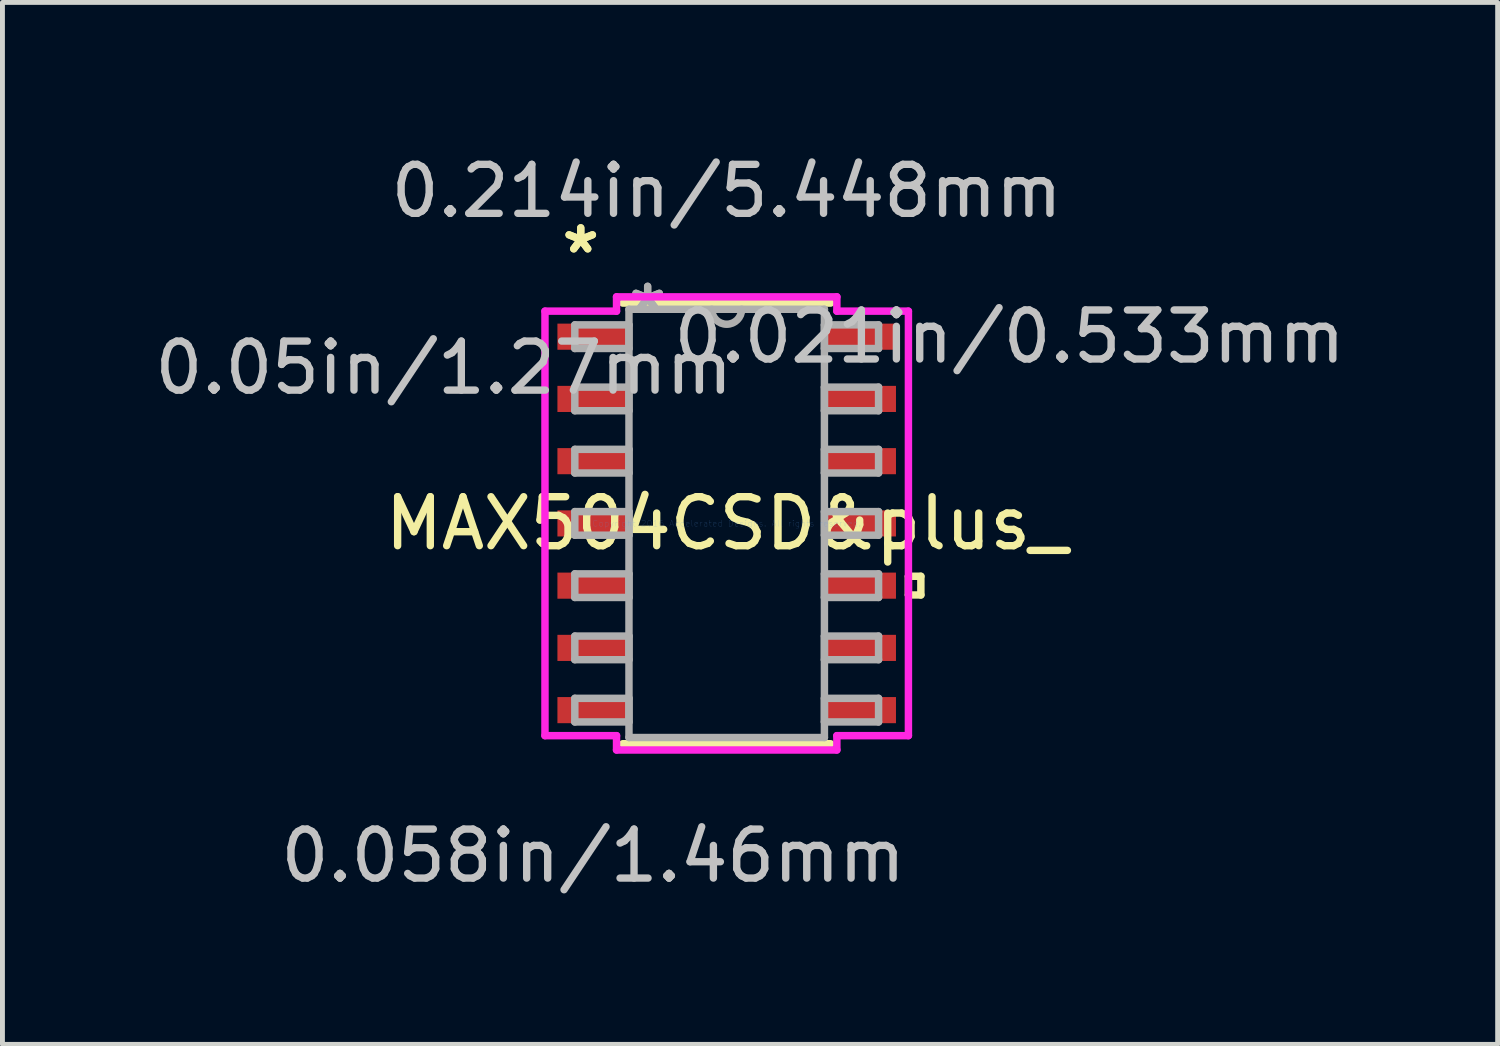
<source format=kicad_pcb>
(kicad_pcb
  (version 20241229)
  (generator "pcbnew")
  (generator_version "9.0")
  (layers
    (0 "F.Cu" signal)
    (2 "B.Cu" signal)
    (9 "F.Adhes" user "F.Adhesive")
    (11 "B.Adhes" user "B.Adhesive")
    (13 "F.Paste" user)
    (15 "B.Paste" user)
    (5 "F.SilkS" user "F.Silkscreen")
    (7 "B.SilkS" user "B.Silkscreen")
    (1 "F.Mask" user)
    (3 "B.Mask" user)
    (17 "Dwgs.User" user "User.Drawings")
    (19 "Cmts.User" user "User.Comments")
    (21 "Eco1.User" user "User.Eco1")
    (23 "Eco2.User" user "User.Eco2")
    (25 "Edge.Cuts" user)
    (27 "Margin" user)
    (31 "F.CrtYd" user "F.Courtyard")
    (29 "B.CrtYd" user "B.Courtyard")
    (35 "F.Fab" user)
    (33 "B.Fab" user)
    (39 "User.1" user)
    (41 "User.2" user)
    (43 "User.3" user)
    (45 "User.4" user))
  (footprint "MAX504CSD&plus_"
    (layer "F.Cu")
    (at 11.778 7.63)
    (property "Reference" "MAX504CSD&plus_" (at 0 0 0) (layer "F.SilkS") (effects (font (size 1 1) (thickness 0.15))))
    (attr through_hole)
    (fp_line (start -2.121 4.496) (end 2.121 4.496) (stroke (width 0.152) (type solid)) (layer "F.SilkS"))
    (fp_line (start 2.121 -4.496) (end -2.121 -4.496) (stroke (width 0.152) (type solid)) (layer "F.SilkS"))
    (fp_line (start 3.708 1.079) (end 3.962 1.079) (stroke (width 0.152) (type solid)) (layer "F.SilkS"))
    (fp_line (start 3.708 1.46) (end 3.708 1.079) (stroke (width 0.152) (type solid)) (layer "F.SilkS"))
    (fp_line (start 3.962 1.079) (end 3.962 1.46) (stroke (width 0.152) (type solid)) (layer "F.SilkS"))
    (fp_line (start 3.962 1.46) (end 3.708 1.46) (stroke (width 0.152) (type solid)) (layer "F.SilkS"))
    (fp_line (start -3.708 -4.331) (end -2.248 -4.331) (stroke (width 0.152) (type solid)) (layer "F.CrtYd"))
    (fp_line (start -3.708 4.331) (end -3.708 -4.331) (stroke (width 0.152) (type solid)) (layer "F.CrtYd"))
    (fp_line (start -2.248 -4.623) (end 2.248 -4.623) (stroke (width 0.152) (type solid)) (layer "F.CrtYd"))
    (fp_line (start -2.248 -4.331) (end -2.248 -4.623) (stroke (width 0.152) (type solid)) (layer "F.CrtYd"))
    (fp_line (start -2.248 4.331) (end -3.708 4.331) (stroke (width 0.152) (type solid)) (layer "F.CrtYd"))
    (fp_line (start -2.248 4.623) (end -2.248 4.331) (stroke (width 0.152) (type solid)) (layer "F.CrtYd"))
    (fp_line (start 2.248 -4.623) (end 2.248 -4.331) (stroke (width 0.152) (type solid)) (layer "F.CrtYd"))
    (fp_line (start 2.248 -4.331) (end 3.708 -4.331) (stroke (width 0.152) (type solid)) (layer "F.CrtYd"))
    (fp_line (start 2.248 4.331) (end 2.248 4.623) (stroke (width 0.152) (type solid)) (layer "F.CrtYd"))
    (fp_line (start 2.248 4.623) (end -2.248 4.623) (stroke (width 0.152) (type solid)) (layer "F.CrtYd"))
    (fp_line (start 3.708 -4.331) (end 3.708 4.331) (stroke (width 0.152) (type solid)) (layer "F.CrtYd"))
    (fp_line (start 3.708 4.331) (end 2.248 4.331) (stroke (width 0.152) (type solid)) (layer "F.CrtYd"))
    (fp_line (start -3.099 -4.051) (end -3.099 -3.569) (stroke (width 0.152) (type solid)) (layer "F.Fab"))
    (fp_line (start -3.099 -3.569) (end -1.994 -3.569) (stroke (width 0.152) (type solid)) (layer "F.Fab"))
    (fp_line (start -3.099 -2.781) (end -3.099 -2.299) (stroke (width 0.152) (type solid)) (layer "F.Fab"))
    (fp_line (start -3.099 -2.299) (end -1.994 -2.299) (stroke (width 0.152) (type solid)) (layer "F.Fab"))
    (fp_line (start -3.099 -1.511) (end -3.099 -1.029) (stroke (width 0.152) (type solid)) (layer "F.Fab"))
    (fp_line (start -3.099 -1.029) (end -1.994 -1.029) (stroke (width 0.152) (type solid)) (layer "F.Fab"))
    (fp_line (start -3.099 -0.241) (end -3.099 0.241) (stroke (width 0.152) (type solid)) (layer "F.Fab"))
    (fp_line (start -3.099 0.241) (end -1.994 0.241) (stroke (width 0.152) (type solid)) (layer "F.Fab"))
    (fp_line (start -3.099 1.029) (end -3.099 1.511) (stroke (width 0.152) (type solid)) (layer "F.Fab"))
    (fp_line (start -3.099 1.511) (end -1.994 1.511) (stroke (width 0.152) (type solid)) (layer "F.Fab"))
    (fp_line (start -3.099 2.299) (end -3.099 2.781) (stroke (width 0.152) (type solid)) (layer "F.Fab"))
    (fp_line (start -3.099 2.781) (end -1.994 2.781) (stroke (width 0.152) (type solid)) (layer "F.Fab"))
    (fp_line (start -3.099 3.569) (end -3.099 4.051) (stroke (width 0.152) (type solid)) (layer "F.Fab"))
    (fp_line (start -3.099 4.051) (end -1.994 4.051) (stroke (width 0.152) (type solid)) (layer "F.Fab"))
    (fp_line (start -1.994 -4.369) (end -1.994 4.369) (stroke (width 0.152) (type solid)) (layer "F.Fab"))
    (fp_line (start -1.994 -4.051) (end -3.099 -4.051) (stroke (width 0.152) (type solid)) (layer "F.Fab"))
    (fp_line (start -1.994 -3.569) (end -1.994 -4.051) (stroke (width 0.152) (type solid)) (layer "F.Fab"))
    (fp_line (start -1.994 -2.781) (end -3.099 -2.781) (stroke (width 0.152) (type solid)) (layer "F.Fab"))
    (fp_line (start -1.994 -2.299) (end -1.994 -2.781) (stroke (width 0.152) (type solid)) (layer "F.Fab"))
    (fp_line (start -1.994 -1.511) (end -3.099 -1.511) (stroke (width 0.152) (type solid)) (layer "F.Fab"))
    (fp_line (start -1.994 -1.029) (end -1.994 -1.511) (stroke (width 0.152) (type solid)) (layer "F.Fab"))
    (fp_line (start -1.994 -0.241) (end -3.099 -0.241) (stroke (width 0.152) (type solid)) (layer "F.Fab"))
    (fp_line (start -1.994 0.241) (end -1.994 -0.241) (stroke (width 0.152) (type solid)) (layer "F.Fab"))
    (fp_line (start -1.994 1.029) (end -3.099 1.029) (stroke (width 0.152) (type solid)) (layer "F.Fab"))
    (fp_line (start -1.994 1.511) (end -1.994 1.029) (stroke (width 0.152) (type solid)) (layer "F.Fab"))
    (fp_line (start -1.994 2.299) (end -3.099 2.299) (stroke (width 0.152) (type solid)) (layer "F.Fab"))
    (fp_line (start -1.994 2.781) (end -1.994 2.299) (stroke (width 0.152) (type solid)) (layer "F.Fab"))
    (fp_line (start -1.994 3.569) (end -3.099 3.569) (stroke (width 0.152) (type solid)) (layer "F.Fab"))
    (fp_line (start -1.994 4.051) (end -1.994 3.569) (stroke (width 0.152) (type solid)) (layer "F.Fab"))
    (fp_line (start -1.994 4.369) (end 1.994 4.369) (stroke (width 0.152) (type solid)) (layer "F.Fab"))
    (fp_line (start 1.994 -4.369) (end -1.994 -4.369) (stroke (width 0.152) (type solid)) (layer "F.Fab"))
    (fp_line (start 1.994 -4.051) (end 1.994 -3.569) (stroke (width 0.152) (type solid)) (layer "F.Fab"))
    (fp_line (start 1.994 -3.569) (end 3.099 -3.569) (stroke (width 0.152) (type solid)) (layer "F.Fab"))
    (fp_line (start 1.994 -2.781) (end 1.994 -2.299) (stroke (width 0.152) (type solid)) (layer "F.Fab"))
    (fp_line (start 1.994 -2.299) (end 3.099 -2.299) (stroke (width 0.152) (type solid)) (layer "F.Fab"))
    (fp_line (start 1.994 -1.511) (end 1.994 -1.029) (stroke (width 0.152) (type solid)) (layer "F.Fab"))
    (fp_line (start 1.994 -1.029) (end 3.099 -1.029) (stroke (width 0.152) (type solid)) (layer "F.Fab"))
    (fp_line (start 1.994 -0.241) (end 1.994 0.241) (stroke (width 0.152) (type solid)) (layer "F.Fab"))
    (fp_line (start 1.994 0.241) (end 3.099 0.241) (stroke (width 0.152) (type solid)) (layer "F.Fab"))
    (fp_line (start 1.994 1.029) (end 1.994 1.511) (stroke (width 0.152) (type solid)) (layer "F.Fab"))
    (fp_line (start 1.994 1.511) (end 3.099 1.511) (stroke (width 0.152) (type solid)) (layer "F.Fab"))
    (fp_line (start 1.994 2.299) (end 1.994 2.781) (stroke (width 0.152) (type solid)) (layer "F.Fab"))
    (fp_line (start 1.994 2.781) (end 3.099 2.781) (stroke (width 0.152) (type solid)) (layer "F.Fab"))
    (fp_line (start 1.994 3.569) (end 1.994 4.051) (stroke (width 0.152) (type solid)) (layer "F.Fab"))
    (fp_line (start 1.994 4.051) (end 3.099 4.051) (stroke (width 0.152) (type solid)) (layer "F.Fab"))
    (fp_line (start 1.994 4.369) (end 1.994 -4.369) (stroke (width 0.152) (type solid)) (layer "F.Fab"))
    (fp_line (start 3.099 -4.051) (end 1.994 -4.051) (stroke (width 0.152) (type solid)) (layer "F.Fab"))
    (fp_line (start 3.099 -3.569) (end 3.099 -4.051) (stroke (width 0.152) (type solid)) (layer "F.Fab"))
    (fp_line (start 3.099 -2.781) (end 1.994 -2.781) (stroke (width 0.152) (type solid)) (layer "F.Fab"))
    (fp_line (start 3.099 -2.299) (end 3.099 -2.781) (stroke (width 0.152) (type solid)) (layer "F.Fab"))
    (fp_line (start 3.099 -1.511) (end 1.994 -1.511) (stroke (width 0.152) (type solid)) (layer "F.Fab"))
    (fp_line (start 3.099 -1.029) (end 3.099 -1.511) (stroke (width 0.152) (type solid)) (layer "F.Fab"))
    (fp_line (start 3.099 -0.241) (end 1.994 -0.241) (stroke (width 0.152) (type solid)) (layer "F.Fab"))
    (fp_line (start 3.099 0.241) (end 3.099 -0.241) (stroke (width 0.152) (type solid)) (layer "F.Fab"))
    (fp_line (start 3.099 1.029) (end 1.994 1.029) (stroke (width 0.152) (type solid)) (layer "F.Fab"))
    (fp_line (start 3.099 1.511) (end 3.099 1.029) (stroke (width 0.152) (type solid)) (layer "F.Fab"))
    (fp_line (start 3.099 2.299) (end 1.994 2.299) (stroke (width 0.152) (type solid)) (layer "F.Fab"))
    (fp_line (start 3.099 2.781) (end 3.099 2.299) (stroke (width 0.152) (type solid)) (layer "F.Fab"))
    (fp_line (start 3.099 3.569) (end 1.994 3.569) (stroke (width 0.152) (type solid)) (layer "F.Fab"))
    (fp_line (start 3.099 4.051) (end 3.099 3.569) (stroke (width 0.152) (type solid)) (layer "F.Fab"))
    (fp_arc (start 0.3048 -4.3688) (mid 0 -4.064) (end -0.3048 -4.3688) (stroke (width 0.1524) (type solid)) (layer "F.Fab"))
    (fp_text user "*" (at -2.978 -5.486 0) (layer "F.SilkS") (effects (font (size 1 1) (thickness 0.15))))
    (fp_text user "*" (at -2.978 -5.486 0) (layer "F.SilkS") (effects (font (size 1 1) (thickness 0.15))))
    (fp_text user "0.058in/1.46mm" (at -2.724 6.782 0) (layer "Dwgs.User") (effects (font (size 1 1) (thickness 0.15))))
    (fp_text user "0.021in/0.533mm" (at 5.772 -3.81 0) (layer "Dwgs.User") (effects (font (size 1 1) (thickness 0.15))))
    (fp_text user "0.214in/5.448mm" (at 0 -6.782 0) (layer "Dwgs.User") (effects (font (size 1 1) (thickness 0.15))))
    (fp_text user "0.05in/1.27mm" (at -5.772 -3.175 0) (layer "Dwgs.User") (effects (font (size 1 1) (thickness 0.15))))
    (fp_text user "Copyright 2016 Accelerated Designs. All rights reserved." (at 0 0 0) (layer "Cmts.User") (effects (font (size 0.127 0.127) (thickness 0.002))))
    (fp_text user "*" (at -1.613 -4.293 0) (layer "F.Fab") (effects (font (size 1 1) (thickness 0.15))))
    (fp_text user "*" (at -1.613 -4.293 0) (layer "F.Fab") (effects (font (size 1 1) (thickness 0.15))))
    (pad "1" smd rect (at -2.724 -3.81) (size 1.46 0.533) (layers "F.Cu" "F.Mask" "F.Paste"))
    (pad "2" smd rect (at -2.724 -2.54) (size 1.46 0.533) (layers "F.Cu" "F.Mask" "F.Paste"))
    (pad "3" smd rect (at -2.724 -1.27) (size 1.46 0.533) (layers "F.Cu" "F.Mask" "F.Paste"))
    (pad "4" smd rect (at -2.724 0) (size 1.46 0.533) (layers "F.Cu" "F.Mask" "F.Paste"))
    (pad "5" smd rect (at -2.724 1.27) (size 1.46 0.533) (layers "F.Cu" "F.Mask" "F.Paste"))
    (pad "6" smd rect (at -2.724 2.54) (size 1.46 0.533) (layers "F.Cu" "F.Mask" "F.Paste"))
    (pad "7" smd rect (at -2.724 3.81) (size 1.46 0.533) (layers "F.Cu" "F.Mask" "F.Paste"))
    (pad "8" smd rect (at 2.724 3.81) (size 1.46 0.533) (layers "F.Cu" "F.Mask" "F.Paste"))
    (pad "9" smd rect (at 2.724 2.54) (size 1.46 0.533) (layers "F.Cu" "F.Mask" "F.Paste"))
    (pad "10" smd rect (at 2.724 1.27) (size 1.46 0.533) (layers "F.Cu" "F.Mask" "F.Paste"))
    (pad "11" smd rect (at 2.724 0) (size 1.46 0.533) (layers "F.Cu" "F.Mask" "F.Paste"))
    (pad "12" smd rect (at 2.724 -1.27) (size 1.46 0.533) (layers "F.Cu" "F.Mask" "F.Paste"))
    (pad "13" smd rect (at 2.724 -2.54) (size 1.46 0.533) (layers "F.Cu" "F.Mask" "F.Paste"))
    (pad "14" smd rect (at 2.724 -3.81) (size 1.46 0.533) (layers "F.Cu" "F.Mask" "F.Paste")))
  (gr_rect
    (start -3 -3)
    (end 27.509 18.26)
    (stroke (width 0.1) (type default))
    (fill no)
    (layer "Edge.Cuts")))
</source>
